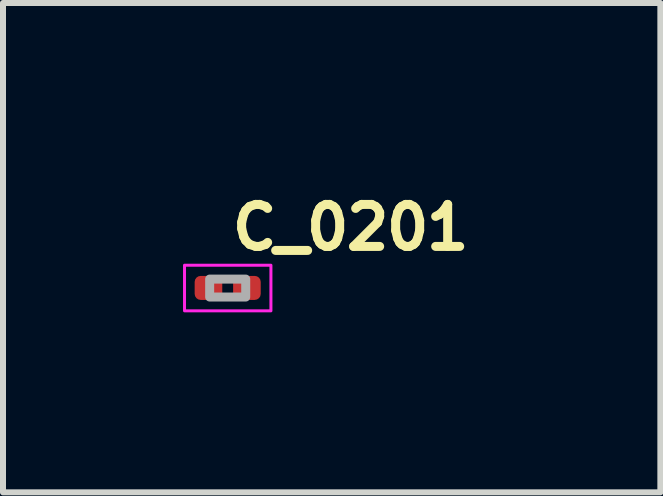
<source format=kicad_pcb>
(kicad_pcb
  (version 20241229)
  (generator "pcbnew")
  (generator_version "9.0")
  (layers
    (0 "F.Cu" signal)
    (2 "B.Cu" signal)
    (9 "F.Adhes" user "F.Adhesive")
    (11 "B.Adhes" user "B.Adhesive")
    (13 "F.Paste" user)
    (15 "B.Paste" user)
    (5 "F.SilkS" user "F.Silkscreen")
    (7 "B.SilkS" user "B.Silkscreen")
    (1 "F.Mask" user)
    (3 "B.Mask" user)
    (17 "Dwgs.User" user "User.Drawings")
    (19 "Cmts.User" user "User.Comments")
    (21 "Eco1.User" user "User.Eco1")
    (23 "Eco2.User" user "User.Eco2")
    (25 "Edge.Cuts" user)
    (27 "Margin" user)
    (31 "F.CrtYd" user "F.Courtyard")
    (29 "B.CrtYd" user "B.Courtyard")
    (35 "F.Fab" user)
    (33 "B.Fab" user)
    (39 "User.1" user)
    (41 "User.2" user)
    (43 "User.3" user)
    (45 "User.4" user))
  (footprint "C_0201"
    (layer "F.Cu")
    (at 0.745 1.75)
    (property "Reference" "C_0201" (at 0 -0.6 0) (layer "F.SilkS") (effects (font (size 0.7 0.7) (thickness 0.15)) (justify left bottom)))
    (attr smd)
    (fp_rect (start -0.72 -0.38) (end 0.72 0.38) (stroke (width 0.05) (type solid)) (fill no) (layer "F.CrtYd"))
    (fp_rect (start 0.3 0.15) (end -0.301 -0.149) (stroke (width 0.15) (type solid)) (fill no) (layer "F.Fab"))
    (fp_rect (start -0.301 -0.166) (end 0.3 0.165) (stroke (width 0.1) (type solid)) (fill no) (layer "User.5"))
    (fp_line (start -0.301 -0.158) (end -0.301 -0.157) (stroke (width 0.02) (type solid)) (layer "User.9"))
    (fp_line (start -0.301 -0.157) (end -0.301 -0.156) (stroke (width 0.02) (type solid)) (layer "User.9"))
    (fp_line (start -0.301 -0.156) (end -0.301 -0.156) (stroke (width 0.02) (type solid)) (layer "User.9"))
    (fp_line (start -0.301 -0.156) (end -0.301 -0.154) (stroke (width 0.02) (type solid)) (layer "User.9"))
    (fp_line (start -0.301 -0.154) (end -0.301 -0.153) (stroke (width 0.02) (type solid)) (layer "User.9"))
    (fp_line (start -0.301 -0.153) (end -0.301 -0.153) (stroke (width 0.02) (type solid)) (layer "User.9"))
    (fp_line (start -0.301 -0.153) (end -0.301 -0.152) (stroke (width 0.02) (type solid)) (layer "User.9"))
    (fp_line (start -0.301 -0.152) (end -0.301 -0.151) (stroke (width 0.02) (type solid)) (layer "User.9"))
    (fp_line (start -0.301 -0.151) (end -0.301 -0.15) (stroke (width 0.02) (type solid)) (layer "User.9"))
    (fp_line (start -0.301 -0.15) (end -0.301 -0.149) (stroke (width 0.02) (type solid)) (layer "User.9"))
    (fp_line (start -0.301 -0.149) (end -0.301 -0.149) (stroke (width 0.02) (type solid)) (layer "User.9"))
    (fp_line (start -0.301 -0.149) (end -0.301 -0.149) (stroke (width 0.02) (type solid)) (layer "User.9"))
    (fp_line (start -0.301 -0.149) (end -0.301 -0.148) (stroke (width 0.02) (type solid)) (layer "User.9"))
    (fp_line (start -0.301 -0.148) (end -0.301 -0.147) (stroke (width 0.02) (type solid)) (layer "User.9"))
    (fp_line (start -0.301 -0.147) (end -0.301 -0.146) (stroke (width 0.02) (type solid)) (layer "User.9"))
    (fp_line (start -0.301 -0.146) (end -0.301 -0.146) (stroke (width 0.02) (type solid)) (layer "User.9"))
    (fp_line (start -0.301 -0.146) (end -0.301 -0.145) (stroke (width 0.02) (type solid)) (layer "User.9"))
    (fp_line (start -0.301 -0.145) (end -0.301 -0.144) (stroke (width 0.02) (type solid)) (layer "User.9"))
    (fp_line (start -0.301 -0.144) (end -0.301 -0.144) (stroke (width 0.02) (type solid)) (layer "User.9"))
    (fp_line (start -0.301 -0.144) (end -0.301 -0.143) (stroke (width 0.02) (type solid)) (layer "User.9"))
    (fp_line (start -0.301 -0.143) (end -0.301 -0.142) (stroke (width 0.02) (type solid)) (layer "User.9"))
    (fp_line (start -0.301 -0.142) (end -0.297 -0.142) (stroke (width 0.02) (type solid)) (layer "User.9"))
    (fp_line (start -0.301 0.143) (end -0.301 0.144) (stroke (width 0.02) (type solid)) (layer "User.9"))
    (fp_line (start -0.301 0.144) (end -0.301 0.144) (stroke (width 0.02) (type solid)) (layer "User.9"))
    (fp_line (start -0.301 0.144) (end -0.301 0.144) (stroke (width 0.02) (type solid)) (layer "User.9"))
    (fp_line (start -0.301 0.144) (end -0.301 0.146) (stroke (width 0.02) (type solid)) (layer "User.9"))
    (fp_line (start -0.301 0.146) (end -0.301 0.147) (stroke (width 0.02) (type solid)) (layer "User.9"))
    (fp_line (start -0.301 0.147) (end -0.301 0.147) (stroke (width 0.02) (type solid)) (layer "User.9"))
    (fp_line (start -0.301 0.147) (end -0.301 0.147) (stroke (width 0.02) (type solid)) (layer "User.9"))
    (fp_line (start -0.301 0.147) (end -0.301 0.148) (stroke (width 0.02) (type solid)) (layer "User.9"))
    (fp_line (start -0.301 0.148) (end -0.301 0.15) (stroke (width 0.02) (type solid)) (layer "User.9"))
    (fp_line (start -0.301 0.15) (end -0.301 -0.149) (stroke (width 0.02) (type solid)) (layer "User.9"))
    (fp_line (start -0.301 0.15) (end -0.301 0.15) (stroke (width 0.02) (type solid)) (layer "User.9"))
    (fp_line (start -0.301 0.15) (end -0.301 0.15) (stroke (width 0.02) (type solid)) (layer "User.9"))
    (fp_line (start -0.301 0.15) (end -0.301 0.151) (stroke (width 0.02) (type solid)) (layer "User.9"))
    (fp_line (start -0.301 0.151) (end -0.301 0.151) (stroke (width 0.02) (type solid)) (layer "User.9"))
    (fp_line (start -0.301 0.151) (end -0.301 0.151) (stroke (width 0.02) (type solid)) (layer "User.9"))
    (fp_line (start -0.301 0.151) (end -0.301 0.153) (stroke (width 0.02) (type solid)) (layer "User.9"))
    (fp_line (start -0.301 0.153) (end -0.301 0.153) (stroke (width 0.02) (type solid)) (layer "User.9"))
    (fp_line (start -0.301 0.153) (end -0.301 0.154) (stroke (width 0.02) (type solid)) (layer "User.9"))
    (fp_line (start -0.301 0.154) (end -0.301 0.155) (stroke (width 0.02) (type solid)) (layer "User.9"))
    (fp_line (start -0.301 0.155) (end -0.301 0.155) (stroke (width 0.02) (type solid)) (layer "User.9"))
    (fp_line (start -0.301 0.155) (end -0.301 0.155) (stroke (width 0.02) (type solid)) (layer "User.9"))
    (fp_line (start -0.301 0.155) (end -0.301 0.157) (stroke (width 0.02) (type solid)) (layer "User.9"))
    (fp_line (start -0.301 0.157) (end -0.297 0.157) (stroke (width 0.02) (type solid)) (layer "User.9"))
    (fp_line (start -0.297 -0.162) (end -0.297 -0.161) (stroke (width 0.02) (type solid)) (layer "User.9"))
    (fp_line (start -0.297 -0.161) (end -0.297 -0.161) (stroke (width 0.02) (type solid)) (layer "User.9"))
    (fp_line (start -0.297 -0.161) (end -0.297 -0.16) (stroke (width 0.02) (type solid)) (layer "User.9"))
    (fp_line (start -0.297 -0.16) (end -0.297 -0.159) (stroke (width 0.02) (type solid)) (layer "User.9"))
    (fp_line (start -0.297 -0.159) (end -0.297 -0.159) (stroke (width 0.02) (type solid)) (layer "User.9"))
    (fp_line (start -0.297 -0.159) (end -0.297 -0.158) (stroke (width 0.02) (type solid)) (layer "User.9"))
    (fp_line (start -0.297 -0.158) (end -0.301 -0.158) (stroke (width 0.02) (type solid)) (layer "User.9"))
    (fp_line (start -0.297 -0.142) (end -0.297 -0.141) (stroke (width 0.02) (type solid)) (layer "User.9"))
    (fp_line (start -0.297 -0.141) (end -0.297 -0.141) (stroke (width 0.02) (type solid)) (layer "User.9"))
    (fp_line (start -0.297 -0.141) (end -0.297 -0.14) (stroke (width 0.02) (type solid)) (layer "User.9"))
    (fp_line (start -0.297 -0.14) (end -0.297 -0.139) (stroke (width 0.02) (type solid)) (layer "User.9"))
    (fp_line (start -0.297 -0.139) (end -0.297 -0.139) (stroke (width 0.02) (type solid)) (layer "User.9"))
    (fp_line (start -0.297 -0.139) (end -0.297 -0.138) (stroke (width 0.02) (type solid)) (layer "User.9"))
    (fp_line (start -0.297 -0.138) (end -0.295 -0.138) (stroke (width 0.02) (type solid)) (layer "User.9"))
    (fp_line (start -0.297 0.138) (end -0.297 0.138) (stroke (width 0.02) (type solid)) (layer "User.9"))
    (fp_line (start -0.297 0.138) (end -0.297 0.138) (stroke (width 0.02) (type solid)) (layer "User.9"))
    (fp_line (start -0.297 0.138) (end -0.297 0.14) (stroke (width 0.02) (type solid)) (layer "User.9"))
    (fp_line (start -0.297 0.14) (end -0.297 0.142) (stroke (width 0.02) (type solid)) (layer "User.9"))
    (fp_line (start -0.297 0.142) (end -0.297 0.142) (stroke (width 0.02) (type solid)) (layer "User.9"))
    (fp_line (start -0.297 0.142) (end -0.297 0.143) (stroke (width 0.02) (type solid)) (layer "User.9"))
    (fp_line (start -0.297 0.143) (end -0.301 0.143) (stroke (width 0.02) (type solid)) (layer "User.9"))
    (fp_line (start -0.297 0.157) (end -0.297 0.158) (stroke (width 0.02) (type solid)) (layer "User.9"))
    (fp_line (start -0.297 0.158) (end -0.297 0.158) (stroke (width 0.02) (type solid)) (layer "User.9"))
    (fp_line (start -0.297 0.158) (end -0.297 0.159) (stroke (width 0.02) (type solid)) (layer "User.9"))
    (fp_line (start -0.297 0.159) (end -0.297 0.16) (stroke (width 0.02) (type solid)) (layer "User.9"))
    (fp_line (start -0.297 0.16) (end -0.297 0.16) (stroke (width 0.02) (type solid)) (layer "User.9"))
    (fp_line (start -0.297 0.16) (end -0.297 0.161) (stroke (width 0.02) (type solid)) (layer "User.9"))
    (fp_line (start -0.297 0.161) (end -0.295 0.161) (stroke (width 0.02) (type solid)) (layer "User.9"))
    (fp_line (start -0.295 -0.162) (end -0.297 -0.162) (stroke (width 0.02) (type solid)) (layer "User.9"))
    (fp_line (start -0.295 -0.138) (end -0.293 -0.137) (stroke (width 0.02) (type solid)) (layer "User.9"))
    (fp_line (start -0.295 0.138) (end -0.297 0.138) (stroke (width 0.02) (type solid)) (layer "User.9"))
    (fp_line (start -0.295 0.161) (end -0.293 0.162) (stroke (width 0.02) (type solid)) (layer "User.9"))
    (fp_line (start -0.293 -0.164) (end -0.293 -0.164) (stroke (width 0.02) (type solid)) (layer "User.9"))
    (fp_line (start -0.293 -0.164) (end -0.293 -0.163) (stroke (width 0.02) (type solid)) (layer "User.9"))
    (fp_line (start -0.293 -0.163) (end -0.295 -0.162) (stroke (width 0.02) (type solid)) (layer "User.9"))
    (fp_line (start -0.293 -0.163) (end -0.293 -0.163) (stroke (width 0.02) (type solid)) (layer "User.9"))
    (fp_line (start -0.293 -0.163) (end -0.293 -0.163) (stroke (width 0.02) (type solid)) (layer "User.9"))
    (fp_line (start -0.293 -0.137) (end -0.293 -0.137) (stroke (width 0.02) (type solid)) (layer "User.9"))
    (fp_line (start -0.293 -0.137) (end -0.293 -0.137) (stroke (width 0.02) (type solid)) (layer "User.9"))
    (fp_line (start -0.293 -0.137) (end -0.293 -0.136) (stroke (width 0.02) (type solid)) (layer "User.9"))
    (fp_line (start -0.293 -0.136) (end -0.293 -0.136) (stroke (width 0.02) (type solid)) (layer "User.9"))
    (fp_line (start -0.293 -0.136) (end -0.291 -0.136) (stroke (width 0.02) (type solid)) (layer "User.9"))
    (fp_line (start -0.293 0.135) (end -0.293 0.135) (stroke (width 0.02) (type solid)) (layer "User.9"))
    (fp_line (start -0.293 0.135) (end -0.293 0.137) (stroke (width 0.02) (type solid)) (layer "User.9"))
    (fp_line (start -0.293 0.137) (end -0.295 0.138) (stroke (width 0.02) (type solid)) (layer "User.9"))
    (fp_line (start -0.293 0.137) (end -0.293 0.137) (stroke (width 0.02) (type solid)) (layer "User.9"))
    (fp_line (start -0.293 0.137) (end -0.293 0.137) (stroke (width 0.02) (type solid)) (layer "User.9"))
    (fp_line (start -0.293 0.162) (end -0.293 0.162) (stroke (width 0.02) (type solid)) (layer "User.9"))
    (fp_line (start -0.293 0.162) (end -0.293 0.162) (stroke (width 0.02) (type solid)) (layer "User.9"))
    (fp_line (start -0.293 0.162) (end -0.293 0.163) (stroke (width 0.02) (type solid)) (layer "User.9"))
    (fp_line (start -0.293 0.163) (end -0.293 0.163) (stroke (width 0.02) (type solid)) (layer "User.9"))
    (fp_line (start -0.293 0.163) (end -0.291 0.163) (stroke (width 0.02) (type solid)) (layer "User.9"))
    (fp_line (start -0.291 -0.165) (end -0.291 -0.164) (stroke (width 0.02) (type solid)) (layer "User.9"))
    (fp_line (start -0.291 -0.164) (end -0.293 -0.164) (stroke (width 0.02) (type solid)) (layer "User.9"))
    (fp_line (start -0.291 -0.136) (end -0.291 -0.135) (stroke (width 0.02) (type solid)) (layer "User.9"))
    (fp_line (start -0.291 -0.135) (end -0.289 -0.135) (stroke (width 0.02) (type solid)) (layer "User.9"))
    (fp_line (start -0.291 0.135) (end -0.293 0.135) (stroke (width 0.02) (type solid)) (layer "User.9"))
    (fp_line (start -0.291 0.135) (end -0.291 0.135) (stroke (width 0.02) (type solid)) (layer "User.9"))
    (fp_line (start -0.291 0.163) (end -0.291 0.164) (stroke (width 0.02) (type solid)) (layer "User.9"))
    (fp_line (start -0.291 0.164) (end -0.289 0.164) (stroke (width 0.02) (type solid)) (layer "User.9"))
    (fp_line (start -0.289 -0.165) (end -0.291 -0.165) (stroke (width 0.02) (type solid)) (layer "User.9"))
    (fp_line (start -0.289 -0.165) (end -0.289 -0.165) (stroke (width 0.02) (type solid)) (layer "User.9"))
    (fp_line (start -0.289 -0.165) (end -0.289 -0.165) (stroke (width 0.02) (type solid)) (layer "User.9"))
    (fp_line (start -0.289 -0.165) (end -0.289 -0.165) (stroke (width 0.02) (type solid)) (layer "User.9"))
    (fp_line (start -0.289 -0.135) (end -0.289 -0.135) (stroke (width 0.02) (type solid)) (layer "User.9"))
    (fp_line (start -0.289 -0.135) (end -0.289 -0.135) (stroke (width 0.02) (type solid)) (layer "User.9"))
    (fp_line (start -0.289 -0.135) (end -0.289 -0.135) (stroke (width 0.02) (type solid)) (layer "User.9"))
    (fp_line (start -0.289 -0.135) (end -0.287 -0.135) (stroke (width 0.02) (type solid)) (layer "User.9"))
    (fp_line (start -0.289 0.135) (end -0.291 0.135) (stroke (width 0.02) (type solid)) (layer "User.9"))
    (fp_line (start -0.289 0.135) (end -0.289 0.135) (stroke (width 0.02) (type solid)) (layer "User.9"))
    (fp_line (start -0.289 0.135) (end -0.289 0.135) (stroke (width 0.02) (type solid)) (layer "User.9"))
    (fp_line (start -0.289 0.135) (end -0.289 0.135) (stroke (width 0.02) (type solid)) (layer "User.9"))
    (fp_line (start -0.289 0.164) (end -0.289 0.164) (stroke (width 0.02) (type solid)) (layer "User.9"))
    (fp_line (start -0.289 0.164) (end -0.289 0.164) (stroke (width 0.02) (type solid)) (layer "User.9"))
    (fp_line (start -0.289 0.164) (end -0.289 0.164) (stroke (width 0.02) (type solid)) (layer "User.9"))
    (fp_line (start -0.289 0.164) (end -0.287 0.164) (stroke (width 0.02) (type solid)) (layer "User.9"))
    (fp_line (start -0.287 -0.165) (end -0.289 -0.165) (stroke (width 0.02) (type solid)) (layer "User.9"))
    (fp_line (start -0.287 -0.135) (end -0.285 -0.135) (stroke (width 0.02) (type solid)) (layer "User.9"))
    (fp_line (start -0.287 0.135) (end -0.289 0.135) (stroke (width 0.02) (type solid)) (layer "User.9"))
    (fp_line (start -0.287 0.164) (end -0.285 0.164) (stroke (width 0.02) (type solid)) (layer "User.9"))
    (fp_line (start -0.285 -0.166) (end -0.285 -0.166) (stroke (width 0.02) (type solid)) (layer "User.9"))
    (fp_line (start -0.285 -0.166) (end -0.285 -0.165) (stroke (width 0.02) (type solid)) (layer "User.9"))
    (fp_line (start -0.285 -0.166) (end -0.152 -0.166) (stroke (width 0.02) (type solid)) (layer "User.9"))
    (fp_line (start -0.285 -0.165) (end -0.287 -0.165) (stroke (width 0.02) (type solid)) (layer "User.9"))
    (fp_line (start -0.285 -0.165) (end -0.285 -0.166) (stroke (width 0.02) (type solid)) (layer "User.9"))
    (fp_line (start -0.285 -0.165) (end -0.285 -0.165) (stroke (width 0.02) (type solid)) (layer "User.9"))
    (fp_line (start -0.285 -0.135) (end -0.285 -0.135) (stroke (width 0.02) (type solid)) (layer "User.9"))
    (fp_line (start -0.285 -0.135) (end -0.285 -0.135) (stroke (width 0.02) (type solid)) (layer "User.9"))
    (fp_line (start -0.285 -0.135) (end -0.285 -0.135) (stroke (width 0.02) (type solid)) (layer "User.9"))
    (fp_line (start -0.285 -0.135) (end -0.285 -0.135) (stroke (width 0.02) (type solid)) (layer "User.9"))
    (fp_line (start -0.285 -0.135) (end -0.283 -0.135) (stroke (width 0.02) (type solid)) (layer "User.9"))
    (fp_line (start -0.285 0.135) (end -0.287 0.135) (stroke (width 0.02) (type solid)) (layer "User.9"))
    (fp_line (start -0.285 0.135) (end -0.285 0.135) (stroke (width 0.02) (type solid)) (layer "User.9"))
    (fp_line (start -0.285 0.135) (end -0.285 0.135) (stroke (width 0.02) (type solid)) (layer "User.9"))
    (fp_line (start -0.285 0.135) (end -0.285 0.135) (stroke (width 0.02) (type solid)) (layer "User.9"))
    (fp_line (start -0.285 0.135) (end -0.285 0.135) (stroke (width 0.02) (type solid)) (layer "User.9"))
    (fp_line (start -0.285 0.164) (end -0.285 0.164) (stroke (width 0.02) (type solid)) (layer "User.9"))
    (fp_line (start -0.285 0.164) (end -0.285 0.165) (stroke (width 0.02) (type solid)) (layer "User.9"))
    (fp_line (start -0.285 0.164) (end -0.283 0.164) (stroke (width 0.02) (type solid)) (layer "User.9"))
    (fp_line (start -0.285 0.165) (end -0.285 0.164) (stroke (width 0.02) (type solid)) (layer "User.9"))
    (fp_line (start -0.285 0.165) (end -0.285 0.165) (stroke (width 0.02) (type solid)) (layer "User.9"))
    (fp_line (start -0.283 -0.165) (end -0.285 -0.165) (stroke (width 0.02) (type solid)) (layer "User.9"))
    (fp_line (start -0.283 -0.135) (end -0.281 -0.135) (stroke (width 0.02) (type solid)) (layer "User.9"))
    (fp_line (start -0.283 0.135) (end -0.285 0.135) (stroke (width 0.02) (type solid)) (layer "User.9"))
    (fp_line (start -0.283 0.164) (end -0.281 0.164) (stroke (width 0.02) (type solid)) (layer "User.9"))
    (fp_line (start -0.281 -0.165) (end -0.283 -0.165) (stroke (width 0.02) (type solid)) (layer "User.9"))
    (fp_line (start -0.281 -0.165) (end -0.281 -0.165) (stroke (width 0.02) (type solid)) (layer "User.9"))
    (fp_line (start -0.281 -0.165) (end -0.281 -0.165) (stroke (width 0.02) (type solid)) (layer "User.9"))
    (fp_line (start -0.281 -0.165) (end -0.281 -0.165) (stroke (width 0.02) (type solid)) (layer "User.9"))
    (fp_line (start -0.281 -0.164) (end -0.281 -0.165) (stroke (width 0.02) (type solid)) (layer "User.9"))
    (fp_line (start -0.281 -0.136) (end -0.279 -0.136) (stroke (width 0.02) (type solid)) (layer "User.9"))
    (fp_line (start -0.281 -0.135) (end -0.281 -0.136) (stroke (width 0.02) (type solid)) (layer "User.9"))
    (fp_line (start -0.281 -0.135) (end -0.281 -0.135) (stroke (width 0.02) (type solid)) (layer "User.9"))
    (fp_line (start -0.281 -0.135) (end -0.281 -0.135) (stroke (width 0.02) (type solid)) (layer "User.9"))
    (fp_line (start -0.281 -0.135) (end -0.281 -0.135) (stroke (width 0.02) (type solid)) (layer "User.9"))
    (fp_line (start -0.281 0.135) (end -0.283 0.135) (stroke (width 0.02) (type solid)) (layer "User.9"))
    (fp_line (start -0.281 0.135) (end -0.281 0.135) (stroke (width 0.02) (type solid)) (layer "User.9"))
    (fp_line (start -0.281 0.135) (end -0.281 0.135) (stroke (width 0.02) (type solid)) (layer "User.9"))
    (fp_line (start -0.281 0.135) (end -0.281 0.135) (stroke (width 0.02) (type solid)) (layer "User.9"))
    (fp_line (start -0.281 0.135) (end -0.281 0.135) (stroke (width 0.02) (type solid)) (layer "User.9"))
    (fp_line (start -0.281 0.163) (end -0.279 0.163) (stroke (width 0.02) (type solid)) (layer "User.9"))
    (fp_line (start -0.281 0.164) (end -0.281 0.163) (stroke (width 0.02) (type solid)) (layer "User.9"))
    (fp_line (start -0.281 0.164) (end -0.281 0.164) (stroke (width 0.02) (type solid)) (layer "User.9"))
    (fp_line (start -0.281 0.164) (end -0.281 0.164) (stroke (width 0.02) (type solid)) (layer "User.9"))
    (fp_line (start -0.281 0.164) (end -0.281 0.164) (stroke (width 0.02) (type solid)) (layer "User.9"))
    (fp_line (start -0.279 -0.164) (end -0.281 -0.164) (stroke (width 0.02) (type solid)) (layer "User.9"))
    (fp_line (start -0.279 -0.136) (end -0.277 -0.136) (stroke (width 0.02) (type solid)) (layer "User.9"))
    (fp_line (start -0.279 0.135) (end -0.281 0.135) (stroke (width 0.02) (type solid)) (layer "User.9"))
    (fp_line (start -0.279 0.163) (end -0.277 0.163) (stroke (width 0.02) (type solid)) (layer "User.9"))
    (fp_line (start -0.277 -0.164) (end -0.279 -0.164) (stroke (width 0.02) (type solid)) (layer "User.9"))
    (fp_line (start -0.277 -0.163) (end -0.277 -0.164) (stroke (width 0.02) (type solid)) (layer "User.9"))
    (fp_line (start -0.277 -0.163) (end -0.277 -0.163) (stroke (width 0.02) (type solid)) (layer "User.9"))
    (fp_line (start -0.277 -0.163) (end -0.277 -0.163) (stroke (width 0.02) (type solid)) (layer "User.9"))
    (fp_line (start -0.277 -0.162) (end -0.277 -0.163) (stroke (width 0.02) (type solid)) (layer "User.9"))
    (fp_line (start -0.277 -0.162) (end -0.277 -0.162) (stroke (width 0.02) (type solid)) (layer "User.9"))
    (fp_line (start -0.277 -0.161) (end -0.277 -0.162) (stroke (width 0.02) (type solid)) (layer "User.9"))
    (fp_line (start -0.277 -0.139) (end -0.275 -0.139) (stroke (width 0.02) (type solid)) (layer "User.9"))
    (fp_line (start -0.277 -0.138) (end -0.277 -0.139) (stroke (width 0.02) (type solid)) (layer "User.9"))
    (fp_line (start -0.277 -0.138) (end -0.277 -0.138) (stroke (width 0.02) (type solid)) (layer "User.9"))
    (fp_line (start -0.277 -0.137) (end -0.277 -0.138) (stroke (width 0.02) (type solid)) (layer "User.9"))
    (fp_line (start -0.277 -0.137) (end -0.277 -0.137) (stroke (width 0.02) (type solid)) (layer "User.9"))
    (fp_line (start -0.277 -0.137) (end -0.277 -0.137) (stroke (width 0.02) (type solid)) (layer "User.9"))
    (fp_line (start -0.277 -0.136) (end -0.277 -0.137) (stroke (width 0.02) (type solid)) (layer "User.9"))
    (fp_line (start -0.277 0.135) (end -0.279 0.135) (stroke (width 0.02) (type solid)) (layer "User.9"))
    (fp_line (start -0.277 0.137) (end -0.277 0.135) (stroke (width 0.02) (type solid)) (layer "User.9"))
    (fp_line (start -0.277 0.137) (end -0.277 0.137) (stroke (width 0.02) (type solid)) (layer "User.9"))
    (fp_line (start -0.277 0.137) (end -0.277 0.137) (stroke (width 0.02) (type solid)) (layer "User.9"))
    (fp_line (start -0.277 0.138) (end -0.277 0.137) (stroke (width 0.02) (type solid)) (layer "User.9"))
    (fp_line (start -0.277 0.138) (end -0.277 0.138) (stroke (width 0.02) (type solid)) (layer "User.9"))
    (fp_line (start -0.277 0.138) (end -0.277 0.138) (stroke (width 0.02) (type solid)) (layer "User.9"))
    (fp_line (start -0.277 0.16) (end -0.275 0.16) (stroke (width 0.02) (type solid)) (layer "User.9"))
    (fp_line (start -0.277 0.161) (end -0.277 0.16) (stroke (width 0.02) (type solid)) (layer "User.9"))
    (fp_line (start -0.277 0.161) (end -0.277 0.161) (stroke (width 0.02) (type solid)) (layer "User.9"))
    (fp_line (start -0.277 0.162) (end -0.277 0.161) (stroke (width 0.02) (type solid)) (layer "User.9"))
    (fp_line (start -0.277 0.162) (end -0.277 0.162) (stroke (width 0.02) (type solid)) (layer "User.9"))
    (fp_line (start -0.277 0.162) (end -0.277 0.162) (stroke (width 0.02) (type solid)) (layer "User.9"))
    (fp_line (start -0.277 0.163) (end -0.277 0.162) (stroke (width 0.02) (type solid)) (layer "User.9"))
    (fp_line (start -0.275 -0.161) (end -0.277 -0.161) (stroke (width 0.02) (type solid)) (layer "User.9"))
    (fp_line (start -0.275 -0.16) (end -0.275 -0.161) (stroke (width 0.02) (type solid)) (layer "User.9"))
    (fp_line (start -0.275 -0.14) (end -0.273 -0.141) (stroke (width 0.02) (type solid)) (layer "User.9"))
    (fp_line (start -0.275 -0.139) (end -0.275 -0.14) (stroke (width 0.02) (type solid)) (layer "User.9"))
    (fp_line (start -0.275 0.138) (end -0.277 0.138) (stroke (width 0.02) (type solid)) (layer "User.9"))
    (fp_line (start -0.275 0.14) (end -0.275 0.138) (stroke (width 0.02) (type solid)) (layer "User.9"))
    (fp_line (start -0.275 0.159) (end -0.273 0.158) (stroke (width 0.02) (type solid)) (layer "User.9"))
    (fp_line (start -0.275 0.16) (end -0.275 0.159) (stroke (width 0.02) (type solid)) (layer "User.9"))
    (fp_line (start -0.273 -0.159) (end -0.275 -0.16) (stroke (width 0.02) (type solid)) (layer "User.9"))
    (fp_line (start -0.273 -0.159) (end -0.273 -0.159) (stroke (width 0.02) (type solid)) (layer "User.9"))
    (fp_line (start -0.273 -0.158) (end -0.273 -0.159) (stroke (width 0.02) (type solid)) (layer "User.9"))
    (fp_line (start -0.273 -0.158) (end -0.273 -0.158) (stroke (width 0.02) (type solid)) (layer "User.9"))
    (fp_line (start -0.273 -0.157) (end -0.273 -0.158) (stroke (width 0.02) (type solid)) (layer "User.9"))
    (fp_line (start -0.273 -0.156) (end -0.273 -0.157) (stroke (width 0.02) (type solid)) (layer "User.9"))
    (fp_line (start -0.273 -0.156) (end -0.273 -0.156) (stroke (width 0.02) (type solid)) (layer "User.9"))
    (fp_line (start -0.273 -0.154) (end -0.273 -0.156) (stroke (width 0.02) (type solid)) (layer "User.9"))
    (fp_line (start -0.273 -0.153) (end -0.273 -0.154) (stroke (width 0.02) (type solid)) (layer "User.9"))
    (fp_line (start -0.273 -0.153) (end -0.273 -0.153) (stroke (width 0.02) (type solid)) (layer "User.9"))
    (fp_line (start -0.273 -0.152) (end -0.273 -0.153) (stroke (width 0.02) (type solid)) (layer "User.9"))
    (fp_line (start -0.273 -0.151) (end -0.273 -0.152) (stroke (width 0.02) (type solid)) (layer "User.9"))
    (fp_line (start -0.273 -0.15) (end -0.273 -0.151) (stroke (width 0.02) (type solid)) (layer "User.9"))
    (fp_line (start -0.273 -0.149) (end -0.273 -0.15) (stroke (width 0.02) (type solid)) (layer "User.9"))
    (fp_line (start -0.273 -0.149) (end -0.273 -0.149) (stroke (width 0.02) (type solid)) (layer "User.9"))
    (fp_line (start -0.273 -0.149) (end -0.273 -0.149) (stroke (width 0.02) (type solid)) (layer "User.9"))
    (fp_line (start -0.273 -0.149) (end -0.273 -0.149) (stroke (width 0.02) (type solid)) (layer "User.9"))
    (fp_line (start -0.273 -0.148) (end -0.273 -0.149) (stroke (width 0.02) (type solid)) (layer "User.9"))
    (fp_line (start -0.273 -0.147) (end -0.273 -0.148) (stroke (width 0.02) (type solid)) (layer "User.9"))
    (fp_line (start -0.273 -0.146) (end -0.273 -0.147) (stroke (width 0.02) (type solid)) (layer "User.9"))
    (fp_line (start -0.273 -0.146) (end -0.273 -0.146) (stroke (width 0.02) (type solid)) (layer "User.9"))
    (fp_line (start -0.273 -0.145) (end -0.273 -0.146) (stroke (width 0.02) (type solid)) (layer "User.9"))
    (fp_line (start -0.273 -0.144) (end -0.273 -0.145) (stroke (width 0.02) (type solid)) (layer "User.9"))
    (fp_line (start -0.273 -0.144) (end -0.273 -0.144) (stroke (width 0.02) (type solid)) (layer "User.9"))
    (fp_line (start -0.273 -0.143) (end -0.273 -0.144) (stroke (width 0.02) (type solid)) (layer "User.9"))
    (fp_line (start -0.273 -0.142) (end -0.273 -0.143) (stroke (width 0.02) (type solid)) (layer "User.9"))
    (fp_line (start -0.273 -0.142) (end -0.273 -0.142) (stroke (width 0.02) (type solid)) (layer "User.9"))
    (fp_line (start -0.273 -0.141) (end -0.273 -0.142) (stroke (width 0.02) (type solid)) (layer "User.9"))
    (fp_line (start -0.273 -0.141) (end -0.273 -0.141) (stroke (width 0.02) (type solid)) (layer "User.9"))
    (fp_line (start -0.273 0.142) (end -0.275 0.14) (stroke (width 0.02) (type solid)) (layer "User.9"))
    (fp_line (start -0.273 0.142) (end -0.273 0.142) (stroke (width 0.02) (type solid)) (layer "User.9"))
    (fp_line (start -0.273 0.143) (end -0.273 0.142) (stroke (width 0.02) (type solid)) (layer "User.9"))
    (fp_line (start -0.273 0.143) (end -0.273 0.143) (stroke (width 0.02) (type solid)) (layer "User.9"))
    (fp_line (start -0.273 0.144) (end -0.273 0.143) (stroke (width 0.02) (type solid)) (layer "User.9"))
    (fp_line (start -0.273 0.144) (end -0.273 0.144) (stroke (width 0.02) (type solid)) (layer "User.9"))
    (fp_line (start -0.273 0.144) (end -0.273 0.144) (stroke (width 0.02) (type solid)) (layer "User.9"))
    (fp_line (start -0.273 0.146) (end -0.273 0.144) (stroke (width 0.02) (type solid)) (layer "User.9"))
    (fp_line (start -0.273 0.147) (end -0.273 0.146) (stroke (width 0.02) (type solid)) (layer "User.9"))
    (fp_line (start -0.273 0.147) (end -0.273 0.147) (stroke (width 0.02) (type solid)) (layer "User.9"))
    (fp_line (start -0.273 0.147) (end -0.273 0.147) (stroke (width 0.02) (type solid)) (layer "User.9"))
    (fp_line (start -0.273 0.148) (end -0.273 0.147) (stroke (width 0.02) (type solid)) (layer "User.9"))
    (fp_line (start -0.273 0.15) (end -0.273 0.148) (stroke (width 0.02) (type solid)) (layer "User.9"))
    (fp_line (start -0.273 0.15) (end -0.273 0.15) (stroke (width 0.02) (type solid)) (layer "User.9"))
    (fp_line (start -0.273 0.15) (end -0.273 0.15) (stroke (width 0.02) (type solid)) (layer "User.9"))
    (fp_line (start -0.273 0.15) (end -0.273 0.15) (stroke (width 0.02) (type solid)) (layer "User.9"))
    (fp_line (start -0.273 0.151) (end -0.273 0.15) (stroke (width 0.02) (type solid)) (layer "User.9"))
    (fp_line (start -0.273 0.151) (end -0.273 0.151) (stroke (width 0.02) (type solid)) (layer "User.9"))
    (fp_line (start -0.273 0.151) (end -0.273 0.151) (stroke (width 0.02) (type solid)) (layer "User.9"))
    (fp_line (start -0.273 0.153) (end -0.273 0.151) (stroke (width 0.02) (type solid)) (layer "User.9"))
    (fp_line (start -0.273 0.153) (end -0.273 0.153) (stroke (width 0.02) (type solid)) (layer "User.9"))
    (fp_line (start -0.273 0.154) (end -0.273 0.153) (stroke (width 0.02) (type solid)) (layer "User.9"))
    (fp_line (start -0.273 0.155) (end -0.273 0.154) (stroke (width 0.02) (type solid)) (layer "User.9"))
    (fp_line (start -0.273 0.155) (end -0.273 0.155) (stroke (width 0.02) (type solid)) (layer "User.9"))
    (fp_line (start -0.273 0.155) (end -0.273 0.155) (stroke (width 0.02) (type solid)) (layer "User.9"))
    (fp_line (start -0.273 0.157) (end -0.273 0.155) (stroke (width 0.02) (type solid)) (layer "User.9"))
    (fp_line (start -0.273 0.157) (end -0.273 0.157) (stroke (width 0.02) (type solid)) (layer "User.9"))
    (fp_line (start -0.273 0.158) (end -0.273 0.157) (stroke (width 0.02) (type solid)) (layer "User.9"))
    (fp_line (start -0.273 0.158) (end -0.273 0.158) (stroke (width 0.02) (type solid)) (layer "User.9"))
    (fp_line (start -0.152 -0.166) (end -0.152 -0.149) (stroke (width 0.02) (type solid)) (layer "User.9"))
    (fp_line (start -0.152 -0.149) (end -0.152 0.15) (stroke (width 0.02) (type solid)) (layer "User.9"))
    (fp_line (start -0.152 0.15) (end -0.152 0.165) (stroke (width 0.02) (type solid)) (layer "User.9"))
    (fp_line (start -0.152 0.165) (end -0.285 0.165) (stroke (width 0.02) (type solid)) (layer "User.9"))
    (fp_line (start 0.151 -0.166) (end 0.151 -0.149) (stroke (width 0.02) (type solid)) (layer "User.9"))
    (fp_line (start 0.151 -0.158) (end -0.152 -0.158) (stroke (width 0.02) (type solid)) (layer "User.9"))
    (fp_line (start 0.151 -0.149) (end 0.151 0.15) (stroke (width 0.02) (type solid)) (layer "User.9"))
    (fp_line (start 0.151 0.15) (end 0.151 0.165) (stroke (width 0.02) (type solid)) (layer "User.9"))
    (fp_line (start 0.151 0.157) (end -0.152 0.157) (stroke (width 0.02) (type solid)) (layer "User.9"))
    (fp_line (start 0.151 0.165) (end 0.284 0.165) (stroke (width 0.02) (type solid)) (layer "User.9"))
    (fp_line (start 0.27 -0.158) (end 0.27 -0.157) (stroke (width 0.02) (type solid)) (layer "User.9"))
    (fp_line (start 0.27 -0.157) (end 0.27 -0.156) (stroke (width 0.02) (type solid)) (layer "User.9"))
    (fp_line (start 0.27 -0.156) (end 0.27 -0.156) (stroke (width 0.02) (type solid)) (layer "User.9"))
    (fp_line (start 0.27 -0.156) (end 0.27 -0.154) (stroke (width 0.02) (type solid)) (layer "User.9"))
    (fp_line (start 0.27 -0.154) (end 0.27 -0.153) (stroke (width 0.02) (type solid)) (layer "User.9"))
    (fp_line (start 0.27 -0.153) (end 0.27 -0.153) (stroke (width 0.02) (type solid)) (layer "User.9"))
    (fp_line (start 0.27 -0.153) (end 0.27 -0.152) (stroke (width 0.02) (type solid)) (layer "User.9"))
    (fp_line (start 0.27 -0.152) (end 0.27 -0.151) (stroke (width 0.02) (type solid)) (layer "User.9"))
    (fp_line (start 0.27 -0.151) (end 0.27 -0.15) (stroke (width 0.02) (type solid)) (layer "User.9"))
    (fp_line (start 0.27 -0.15) (end 0.27 -0.149) (stroke (width 0.02) (type solid)) (layer "User.9"))
    (fp_line (start 0.27 -0.149) (end 0.27 -0.149) (stroke (width 0.02) (type solid)) (layer "User.9"))
    (fp_line (start 0.27 -0.149) (end 0.27 -0.149) (stroke (width 0.02) (type solid)) (layer "User.9"))
    (fp_line (start 0.27 -0.149) (end 0.27 -0.148) (stroke (width 0.02) (type solid)) (layer "User.9"))
    (fp_line (start 0.27 -0.148) (end 0.27 -0.147) (stroke (width 0.02) (type solid)) (layer "User.9"))
    (fp_line (start 0.27 -0.147) (end 0.27 -0.146) (stroke (width 0.02) (type solid)) (layer "User.9"))
    (fp_line (start 0.27 -0.146) (end 0.27 -0.146) (stroke (width 0.02) (type solid)) (layer "User.9"))
    (fp_line (start 0.27 -0.146) (end 0.27 -0.145) (stroke (width 0.02) (type solid)) (layer "User.9"))
    (fp_line (start 0.27 -0.145) (end 0.27 -0.144) (stroke (width 0.02) (type solid)) (layer "User.9"))
    (fp_line (start 0.27 -0.144) (end 0.27 -0.144) (stroke (width 0.02) (type solid)) (layer "User.9"))
    (fp_line (start 0.27 -0.144) (end 0.27 -0.143) (stroke (width 0.02) (type solid)) (layer "User.9"))
    (fp_line (start 0.27 -0.143) (end 0.27 -0.142) (stroke (width 0.02) (type solid)) (layer "User.9"))
    (fp_line (start 0.27 -0.142) (end 0.272 -0.142) (stroke (width 0.02) (type solid)) (layer "User.9"))
    (fp_line (start 0.27 0.143) (end 0.27 0.144) (stroke (width 0.02) (type solid)) (layer "User.9"))
    (fp_line (start 0.27 0.144) (end 0.27 0.144) (stroke (width 0.02) (type solid)) (layer "User.9"))
    (fp_line (start 0.27 0.144) (end 0.27 0.144) (stroke (width 0.02) (type solid)) (layer "User.9"))
    (fp_line (start 0.27 0.144) (end 0.27 0.146) (stroke (width 0.02) (type solid)) (layer "User.9"))
    (fp_line (start 0.27 0.146) (end 0.27 0.147) (stroke (width 0.02) (type solid)) (layer "User.9"))
    (fp_line (start 0.27 0.147) (end 0.27 0.147) (stroke (width 0.02) (type solid)) (layer "User.9"))
    (fp_line (start 0.27 0.147) (end 0.27 0.147) (stroke (width 0.02) (type solid)) (layer "User.9"))
    (fp_line (start 0.27 0.147) (end 0.27 0.148) (stroke (width 0.02) (type solid)) (layer "User.9"))
    (fp_line (start 0.27 0.148) (end 0.27 0.15) (stroke (width 0.02) (type solid)) (layer "User.9"))
    (fp_line (start 0.27 0.15) (end 0.27 0.15) (stroke (width 0.02) (type solid)) (layer "User.9"))
    (fp_line (start 0.27 0.15) (end 0.27 0.15) (stroke (width 0.02) (type solid)) (layer "User.9"))
    (fp_line (start 0.27 0.15) (end 0.27 0.151) (stroke (width 0.02) (type solid)) (layer "User.9"))
    (fp_line (start 0.27 0.151) (end 0.27 0.151) (stroke (width 0.02) (type solid)) (layer "User.9"))
    (fp_line (start 0.27 0.151) (end 0.27 0.151) (stroke (width 0.02) (type solid)) (layer "User.9"))
    (fp_line (start 0.27 0.151) (end 0.27 0.153) (stroke (width 0.02) (type solid)) (layer "User.9"))
    (fp_line (start 0.27 0.153) (end 0.27 0.153) (stroke (width 0.02) (type solid)) (layer "User.9"))
    (fp_line (start 0.27 0.153) (end 0.27 0.154) (stroke (width 0.02) (type solid)) (layer "User.9"))
    (fp_line (start 0.27 0.154) (end 0.27 0.155) (stroke (width 0.02) (type solid)) (layer "User.9"))
    (fp_line (start 0.27 0.155) (end 0.27 0.155) (stroke (width 0.02) (type solid)) (layer "User.9"))
    (fp_line (start 0.27 0.155) (end 0.27 0.155) (stroke (width 0.02) (type solid)) (layer "User.9"))
    (fp_line (start 0.27 0.155) (end 0.27 0.157) (stroke (width 0.02) (type solid)) (layer "User.9"))
    (fp_line (start 0.27 0.157) (end 0.272 0.157) (stroke (width 0.02) (type solid)) (layer "User.9"))
    (fp_line (start 0.272 -0.162) (end 0.272 -0.161) (stroke (width 0.02) (type solid)) (layer "User.9"))
    (fp_line (start 0.272 -0.161) (end 0.272 -0.161) (stroke (width 0.02) (type solid)) (layer "User.9"))
    (fp_line (start 0.272 -0.161) (end 0.272 -0.16) (stroke (width 0.02) (type solid)) (layer "User.9"))
    (fp_line (start 0.272 -0.16) (end 0.272 -0.159) (stroke (width 0.02) (type solid)) (layer "User.9"))
    (fp_line (start 0.272 -0.159) (end 0.272 -0.159) (stroke (width 0.02) (type solid)) (layer "User.9"))
    (fp_line (start 0.272 -0.159) (end 0.272 -0.158) (stroke (width 0.02) (type solid)) (layer "User.9"))
    (fp_line (start 0.272 -0.158) (end 0.27 -0.158) (stroke (width 0.02) (type solid)) (layer "User.9"))
    (fp_line (start 0.272 -0.142) (end 0.272 -0.141) (stroke (width 0.02) (type solid)) (layer "User.9"))
    (fp_line (start 0.272 -0.141) (end 0.272 -0.141) (stroke (width 0.02) (type solid)) (layer "User.9"))
    (fp_line (start 0.272 -0.141) (end 0.272 -0.14) (stroke (width 0.02) (type solid)) (layer "User.9"))
    (fp_line (start 0.272 -0.14) (end 0.272 -0.139) (stroke (width 0.02) (type solid)) (layer "User.9"))
    (fp_line (start 0.272 -0.139) (end 0.272 -0.139) (stroke (width 0.02) (type solid)) (layer "User.9"))
    (fp_line (start 0.272 -0.139) (end 0.272 -0.138) (stroke (width 0.02) (type solid)) (layer "User.9"))
    (fp_line (start 0.272 -0.138) (end 0.274 -0.138) (stroke (width 0.02) (type solid)) (layer "User.9"))
    (fp_line (start 0.272 0.138) (end 0.272 0.138) (stroke (width 0.02) (type solid)) (layer "User.9"))
    (fp_line (start 0.272 0.138) (end 0.272 0.138) (stroke (width 0.02) (type solid)) (layer "User.9"))
    (fp_line (start 0.272 0.138) (end 0.272 0.14) (stroke (width 0.02) (type solid)) (layer "User.9"))
    (fp_line (start 0.272 0.14) (end 0.272 0.142) (stroke (width 0.02) (type solid)) (layer "User.9"))
    (fp_line (start 0.272 0.142) (end 0.272 0.142) (stroke (width 0.02) (type solid)) (layer "User.9"))
    (fp_line (start 0.272 0.142) (end 0.272 0.143) (stroke (width 0.02) (type solid)) (layer "User.9"))
    (fp_line (start 0.272 0.143) (end 0.27 0.143) (stroke (width 0.02) (type solid)) (layer "User.9"))
    (fp_line (start 0.272 0.157) (end 0.272 0.158) (stroke (width 0.02) (type solid)) (layer "User.9"))
    (fp_line (start 0.272 0.158) (end 0.272 0.158) (stroke (width 0.02) (type solid)) (layer "User.9"))
    (fp_line (start 0.272 0.158) (end 0.272 0.159) (stroke (width 0.02) (type solid)) (layer "User.9"))
    (fp_line (start 0.272 0.159) (end 0.272 0.16) (stroke (width 0.02) (type solid)) (layer "User.9"))
    (fp_line (start 0.272 0.16) (end 0.272 0.16) (stroke (width 0.02) (type solid)) (layer "User.9"))
    (fp_line (start 0.272 0.16) (end 0.272 0.161) (stroke (width 0.02) (type solid)) (layer "User.9"))
    (fp_line (start 0.272 0.161) (end 0.274 0.161) (stroke (width 0.02) (type solid)) (layer "User.9"))
    (fp_line (start 0.274 -0.162) (end 0.272 -0.162) (stroke (width 0.02) (type solid)) (layer "User.9"))
    (fp_line (start 0.274 -0.138) (end 0.276 -0.137) (stroke (width 0.02) (type solid)) (layer "User.9"))
    (fp_line (start 0.274 0.138) (end 0.272 0.138) (stroke (width 0.02) (type solid)) (layer "User.9"))
    (fp_line (start 0.274 0.161) (end 0.276 0.162) (stroke (width 0.02) (type solid)) (layer "User.9"))
    (fp_line (start 0.276 -0.164) (end 0.276 -0.163) (stroke (width 0.02) (type solid)) (layer "User.9"))
    (fp_line (start 0.276 -0.163) (end 0.274 -0.162) (stroke (width 0.02) (type solid)) (layer "User.9"))
    (fp_line (start 0.276 -0.163) (end 0.276 -0.163) (stroke (width 0.02) (type solid)) (layer "User.9"))
    (fp_line (start 0.276 -0.163) (end 0.276 -0.163) (stroke (width 0.02) (type solid)) (layer "User.9"))
    (fp_line (start 0.276 -0.137) (end 0.276 -0.137) (stroke (width 0.02) (type solid)) (layer "User.9"))
    (fp_line (start 0.276 -0.137) (end 0.276 -0.137) (stroke (width 0.02) (type solid)) (layer "User.9"))
    (fp_line (start 0.276 -0.137) (end 0.276 -0.136) (stroke (width 0.02) (type solid)) (layer "User.9"))
    (fp_line (start 0.276 -0.136) (end 0.278 -0.136) (stroke (width 0.02) (type solid)) (layer "User.9"))
    (fp_line (start 0.276 0.135) (end 0.276 0.137) (stroke (width 0.02) (type solid)) (layer "User.9"))
    (fp_line (start 0.276 0.137) (end 0.274 0.138) (stroke (width 0.02) (type solid)) (layer "User.9"))
    (fp_line (start 0.276 0.137) (end 0.276 0.137) (stroke (width 0.02) (type solid)) (layer "User.9"))
    (fp_line (start 0.276 0.137) (end 0.276 0.137) (stroke (width 0.02) (type solid)) (layer "User.9"))
    (fp_line (start 0.276 0.162) (end 0.276 0.162) (stroke (width 0.02) (type solid)) (layer "User.9"))
    (fp_line (start 0.276 0.162) (end 0.276 0.162) (stroke (width 0.02) (type solid)) (layer "User.9"))
    (fp_line (start 0.276 0.162) (end 0.276 0.163) (stroke (width 0.02) (type solid)) (layer "User.9"))
    (fp_line (start 0.276 0.163) (end 0.278 0.163) (stroke (width 0.02) (type solid)) (layer "User.9"))
    (fp_line (start 0.278 -0.165) (end 0.278 -0.164) (stroke (width 0.02) (type solid)) (layer "User.9"))
    (fp_line (start 0.278 -0.164) (end 0.276 -0.164) (stroke (width 0.02) (type solid)) (layer "User.9"))
    (fp_line (start 0.278 -0.164) (end 0.278 -0.164) (stroke (width 0.02) (type solid)) (layer "User.9"))
    (fp_line (start 0.278 -0.136) (end 0.278 -0.136) (stroke (width 0.02) (type solid)) (layer "User.9"))
    (fp_line (start 0.278 -0.136) (end 0.278 -0.135) (stroke (width 0.02) (type solid)) (layer "User.9"))
    (fp_line (start 0.278 -0.135) (end 0.28 -0.135) (stroke (width 0.02) (type solid)) (layer "User.9"))
    (fp_line (start 0.278 0.135) (end 0.276 0.135) (stroke (width 0.02) (type solid)) (layer "User.9"))
    (fp_line (start 0.278 0.135) (end 0.278 0.135) (stroke (width 0.02) (type solid)) (layer "User.9"))
    (fp_line (start 0.278 0.135) (end 0.278 0.135) (stroke (width 0.02) (type solid)) (layer "User.9"))
    (fp_line (start 0.278 0.163) (end 0.278 0.163) (stroke (width 0.02) (type solid)) (layer "User.9"))
    (fp_line (start 0.278 0.163) (end 0.278 0.164) (stroke (width 0.02) (type solid)) (layer "User.9"))
    (fp_line (start 0.278 0.164) (end 0.28 0.164) (stroke (width 0.02) (type solid)) (layer "User.9"))
    (fp_line (start 0.28 -0.165) (end 0.278 -0.165) (stroke (width 0.02) (type solid)) (layer "User.9"))
    (fp_line (start 0.28 -0.135) (end 0.282 -0.135) (stroke (width 0.02) (type solid)) (layer "User.9"))
    (fp_line (start 0.28 0.135) (end 0.278 0.135) (stroke (width 0.02) (type solid)) (layer "User.9"))
    (fp_line (start 0.28 0.164) (end 0.282 0.164) (stroke (width 0.02) (type solid)) (layer "User.9"))
    (fp_line (start 0.282 -0.165) (end 0.28 -0.165) (stroke (width 0.02) (type solid)) (layer "User.9"))
    (fp_line (start 0.282 -0.165) (end 0.282 -0.165) (stroke (width 0.02) (type solid)) (layer "User.9"))
    (fp_line (start 0.282 -0.165) (end 0.282 -0.165) (stroke (width 0.02) (type solid)) (layer "User.9"))
    (fp_line (start 0.282 -0.165) (end 0.282 -0.165) (stroke (width 0.02) (type solid)) (layer "User.9"))
    (fp_line (start 0.282 -0.135) (end 0.282 -0.135) (stroke (width 0.02) (type solid)) (layer "User.9"))
    (fp_line (start 0.282 -0.135) (end 0.282 -0.135) (stroke (width 0.02) (type solid)) (layer "User.9"))
    (fp_line (start 0.282 -0.135) (end 0.282 -0.135) (stroke (width 0.02) (type solid)) (layer "User.9"))
    (fp_line (start 0.282 -0.135) (end 0.284 -0.135) (stroke (width 0.02) (type solid)) (layer "User.9"))
    (fp_line (start 0.282 0.135) (end 0.28 0.135) (stroke (width 0.02) (type solid)) (layer "User.9"))
    (fp_line (start 0.282 0.135) (end 0.282 0.135) (stroke (width 0.02) (type solid)) (layer "User.9"))
    (fp_line (start 0.282 0.135) (end 0.282 0.135) (stroke (width 0.02) (type solid)) (layer "User.9"))
    (fp_line (start 0.282 0.135) (end 0.282 0.135) (stroke (width 0.02) (type solid)) (layer "User.9"))
    (fp_line (start 0.282 0.164) (end 0.282 0.164) (stroke (width 0.02) (type solid)) (layer "User.9"))
    (fp_line (start 0.282 0.164) (end 0.282 0.164) (stroke (width 0.02) (type solid)) (layer "User.9"))
    (fp_line (start 0.282 0.164) (end 0.282 0.164) (stroke (width 0.02) (type solid)) (layer "User.9"))
    (fp_line (start 0.282 0.164) (end 0.284 0.164) (stroke (width 0.02) (type solid)) (layer "User.9"))
    (fp_line (start 0.284 -0.166) (end 0.151 -0.166) (stroke (width 0.02) (type solid)) (layer "User.9"))
    (fp_line (start 0.284 -0.166) (end 0.284 -0.166) (stroke (width 0.02) (type solid)) (layer "User.9"))
    (fp_line (start 0.284 -0.166) (end 0.284 -0.165) (stroke (width 0.02) (type solid)) (layer "User.9"))
    (fp_line (start 0.284 -0.165) (end 0.282 -0.165) (stroke (width 0.02) (type solid)) (layer "User.9"))
    (fp_line (start 0.284 -0.135) (end 0.284 -0.135) (stroke (width 0.02) (type solid)) (layer "User.9"))
    (fp_line (start 0.284 -0.135) (end 0.284 -0.135) (stroke (width 0.02) (type solid)) (layer "User.9"))
    (fp_line (start 0.284 -0.135) (end 0.286 -0.135) (stroke (width 0.02) (type solid)) (layer "User.9"))
    (fp_line (start 0.284 0.135) (end 0.282 0.135) (stroke (width 0.02) (type solid)) (layer "User.9"))
    (fp_line (start 0.284 0.135) (end 0.284 0.135) (stroke (width 0.02) (type solid)) (layer "User.9"))
    (fp_line (start 0.284 0.135) (end 0.284 0.135) (stroke (width 0.02) (type solid)) (layer "User.9"))
    (fp_line (start 0.284 0.164) (end 0.284 0.165) (stroke (width 0.02) (type solid)) (layer "User.9"))
    (fp_line (start 0.284 0.165) (end 0.284 0.165) (stroke (width 0.02) (type solid)) (layer "User.9"))
    (fp_line (start 0.284 0.165) (end 0.286 0.164) (stroke (width 0.02) (type solid)) (layer "User.9"))
    (fp_line (start 0.286 -0.165) (end 0.284 -0.166) (stroke (width 0.02) (type solid)) (layer "User.9"))
    (fp_line (start 0.286 -0.165) (end 0.286 -0.165) (stroke (width 0.02) (type solid)) (layer "User.9"))
    (fp_line (start 0.286 -0.165) (end 0.286 -0.165) (stroke (width 0.02) (type solid)) (layer "User.9"))
    (fp_line (start 0.286 -0.135) (end 0.286 -0.135) (stroke (width 0.02) (type solid)) (layer "User.9"))
    (fp_line (start 0.286 -0.135) (end 0.286 -0.135) (stroke (width 0.02) (type solid)) (layer "User.9"))
    (fp_line (start 0.286 -0.135) (end 0.288 -0.135) (stroke (width 0.02) (type solid)) (layer "User.9"))
    (fp_line (start 0.286 0.135) (end 0.284 0.135) (stroke (width 0.02) (type solid)) (layer "User.9"))
    (fp_line (start 0.286 0.135) (end 0.286 0.135) (stroke (width 0.02) (type solid)) (layer "User.9"))
    (fp_line (start 0.286 0.135) (end 0.286 0.135) (stroke (width 0.02) (type solid)) (layer "User.9"))
    (fp_line (start 0.286 0.164) (end 0.286 0.164) (stroke (width 0.02) (type solid)) (layer "User.9"))
    (fp_line (start 0.286 0.164) (end 0.286 0.164) (stroke (width 0.02) (type solid)) (layer "User.9"))
    (fp_line (start 0.286 0.164) (end 0.288 0.164) (stroke (width 0.02) (type solid)) (layer "User.9"))
    (fp_line (start 0.288 -0.165) (end 0.286 -0.165) (stroke (width 0.02) (type solid)) (layer "User.9"))
    (fp_line (start 0.288 -0.165) (end 0.288 -0.165) (stroke (width 0.02) (type solid)) (layer "User.9"))
    (fp_line (start 0.288 -0.135) (end 0.288 -0.135) (stroke (width 0.02) (type solid)) (layer "User.9"))
    (fp_line (start 0.288 -0.135) (end 0.29 -0.135) (stroke (width 0.02) (type solid)) (layer "User.9"))
    (fp_line (start 0.288 0.135) (end 0.286 0.135) (stroke (width 0.02) (type solid)) (layer "User.9"))
    (fp_line (start 0.288 0.135) (end 0.288 0.135) (stroke (width 0.02) (type solid)) (layer "User.9"))
    (fp_line (start 0.288 0.164) (end 0.288 0.164) (stroke (width 0.02) (type solid)) (layer "User.9"))
    (fp_line (start 0.288 0.164) (end 0.29 0.164) (stroke (width 0.02) (type solid)) (layer "User.9"))
    (fp_line (start 0.29 -0.165) (end 0.288 -0.165) (stroke (width 0.02) (type solid)) (layer "User.9"))
    (fp_line (start 0.29 -0.165) (end 0.29 -0.165) (stroke (width 0.02) (type solid)) (layer "User.9"))
    (fp_line (start 0.29 -0.164) (end 0.29 -0.165) (stroke (width 0.02) (type solid)) (layer "User.9"))
    (fp_line (start 0.29 -0.164) (end 0.29 -0.164) (stroke (width 0.02) (type solid)) (layer "User.9"))
    (fp_line (start 0.29 -0.136) (end 0.29 -0.136) (stroke (width 0.02) (type solid)) (layer "User.9"))
    (fp_line (start 0.29 -0.136) (end 0.292 -0.136) (stroke (width 0.02) (type solid)) (layer "User.9"))
    (fp_line (start 0.29 -0.135) (end 0.29 -0.136) (stroke (width 0.02) (type solid)) (layer "User.9"))
    (fp_line (start 0.29 -0.135) (end 0.29 -0.135) (stroke (width 0.02) (type solid)) (layer "User.9"))
    (fp_line (start 0.29 0.135) (end 0.288 0.135) (stroke (width 0.02) (type solid)) (layer "User.9"))
    (fp_line (start 0.29 0.135) (end 0.29 0.135) (stroke (width 0.02) (type solid)) (layer "User.9"))
    (fp_line (start 0.29 0.135) (end 0.29 0.135) (stroke (width 0.02) (type solid)) (layer "User.9"))
    (fp_line (start 0.29 0.135) (end 0.29 0.135) (stroke (width 0.02) (type solid)) (layer "User.9"))
    (fp_line (start 0.29 0.163) (end 0.29 0.163) (stroke (width 0.02) (type solid)) (layer "User.9"))
    (fp_line (start 0.29 0.163) (end 0.292 0.163) (stroke (width 0.02) (type solid)) (layer "User.9"))
    (fp_line (start 0.29 0.164) (end 0.29 0.163) (stroke (width 0.02) (type solid)) (layer "User.9"))
    (fp_line (start 0.29 0.164) (end 0.29 0.164) (stroke (width 0.02) (type solid)) (layer "User.9"))
    (fp_line (start 0.292 -0.164) (end 0.29 -0.164) (stroke (width 0.02) (type solid)) (layer "User.9"))
    (fp_line (start 0.292 -0.163) (end 0.292 -0.164) (stroke (width 0.02) (type solid)) (layer "User.9"))
    (fp_line (start 0.292 -0.137) (end 0.294 -0.137) (stroke (width 0.02) (type solid)) (layer "User.9"))
    (fp_line (start 0.292 -0.136) (end 0.292 -0.137) (stroke (width 0.02) (type solid)) (layer "User.9"))
    (fp_line (start 0.292 0.135) (end 0.29 0.135) (stroke (width 0.02) (type solid)) (layer "User.9"))
    (fp_line (start 0.292 0.137) (end 0.292 0.135) (stroke (width 0.02) (type solid)) (layer "User.9"))
    (fp_line (start 0.292 0.162) (end 0.294 0.162) (stroke (width 0.02) (type solid)) (layer "User.9"))
    (fp_line (start 0.292 0.163) (end 0.292 0.162) (stroke (width 0.02) (type solid)) (layer "User.9"))
    (fp_line (start 0.294 -0.163) (end 0.292 -0.163) (stroke (width 0.02) (type solid)) (layer "User.9"))
    (fp_line (start 0.294 -0.163) (end 0.294 -0.163) (stroke (width 0.02) (type solid)) (layer "User.9"))
    (fp_line (start 0.294 -0.162) (end 0.294 -0.163) (stroke (width 0.02) (type solid)) (layer "User.9"))
    (fp_line (start 0.294 -0.138) (end 0.296 -0.138) (stroke (width 0.02) (type solid)) (layer "User.9"))
    (fp_line (start 0.294 -0.137) (end 0.294 -0.138) (stroke (width 0.02) (type solid)) (layer "User.9"))
    (fp_line (start 0.294 -0.137) (end 0.294 -0.137) (stroke (width 0.02) (type solid)) (layer "User.9"))
    (fp_line (start 0.294 0.137) (end 0.292 0.137) (stroke (width 0.02) (type solid)) (layer "User.9"))
    (fp_line (start 0.294 0.137) (end 0.294 0.137) (stroke (width 0.02) (type solid)) (layer "User.9"))
    (fp_line (start 0.294 0.138) (end 0.294 0.137) (stroke (width 0.02) (type solid)) (layer "User.9"))
    (fp_line (start 0.294 0.161) (end 0.296 0.161) (stroke (width 0.02) (type solid)) (layer "User.9"))
    (fp_line (start 0.294 0.162) (end 0.294 0.161) (stroke (width 0.02) (type solid)) (layer "User.9"))
    (fp_line (start 0.294 0.162) (end 0.294 0.162) (stroke (width 0.02) (type solid)) (layer "User.9"))
    (fp_line (start 0.296 -0.162) (end 0.294 -0.162) (stroke (width 0.02) (type solid)) (layer "User.9"))
    (fp_line (start 0.296 -0.161) (end 0.296 -0.162) (stroke (width 0.02) (type solid)) (layer "User.9"))
    (fp_line (start 0.296 -0.161) (end 0.296 -0.161) (stroke (width 0.02) (type solid)) (layer "User.9"))
    (fp_line (start 0.296 -0.16) (end 0.296 -0.161) (stroke (width 0.02) (type solid)) (layer "User.9"))
    (fp_line (start 0.296 -0.14) (end 0.298 -0.141) (stroke (width 0.02) (type solid)) (layer "User.9"))
    (fp_line (start 0.296 -0.139) (end 0.296 -0.14) (stroke (width 0.02) (type solid)) (layer "User.9"))
    (fp_line (start 0.296 -0.139) (end 0.296 -0.139) (stroke (width 0.02) (type solid)) (layer "User.9"))
    (fp_line (start 0.296 -0.138) (end 0.296 -0.139) (stroke (width 0.02) (type solid)) (layer "User.9"))
    (fp_line (start 0.296 0.138) (end 0.294 0.138) (stroke (width 0.02) (type solid)) (layer "User.9"))
    (fp_line (start 0.296 0.138) (end 0.296 0.138) (stroke (width 0.02) (type solid)) (layer "User.9"))
    (fp_line (start 0.296 0.138) (end 0.296 0.138) (stroke (width 0.02) (type solid)) (layer "User.9"))
    (fp_line (start 0.296 0.14) (end 0.296 0.138) (stroke (width 0.02) (type solid)) (layer "User.9"))
    (fp_line (start 0.296 0.159) (end 0.298 0.158) (stroke (width 0.02) (type solid)) (layer "User.9"))
    (fp_line (start 0.296 0.16) (end 0.296 0.159) (stroke (width 0.02) (type solid)) (layer "User.9"))
    (fp_line (start 0.296 0.16) (end 0.296 0.16) (stroke (width 0.02) (type solid)) (layer "User.9"))
    (fp_line (start 0.296 0.161) (end 0.296 0.16) (stroke (width 0.02) (type solid)) (layer "User.9"))
    (fp_line (start 0.298 -0.159) (end 0.296 -0.16) (stroke (width 0.02) (type solid)) (layer "User.9"))
    (fp_line (start 0.298 -0.159) (end 0.298 -0.159) (stroke (width 0.02) (type solid)) (layer "User.9"))
    (fp_line (start 0.298 -0.158) (end 0.298 -0.159) (stroke (width 0.02) (type solid)) (layer "User.9"))
    (fp_line (start 0.298 -0.158) (end 0.298 -0.158) (stroke (width 0.02) (type solid)) (layer "User.9"))
    (fp_line (start 0.298 -0.157) (end 0.298 -0.158) (stroke (width 0.02) (type solid)) (layer "User.9"))
    (fp_line (start 0.298 -0.156) (end 0.298 -0.157) (stroke (width 0.02) (type solid)) (layer "User.9"))
    (fp_line (start 0.298 -0.144) (end 0.3 -0.144) (stroke (width 0.02) (type solid)) (layer "User.9"))
    (fp_line (start 0.298 -0.143) (end 0.298 -0.144) (stroke (width 0.02) (type solid)) (layer "User.9"))
    (fp_line (start 0.298 -0.142) (end 0.298 -0.143) (stroke (width 0.02) (type solid)) (layer "User.9"))
    (fp_line (start 0.298 -0.142) (end 0.298 -0.142) (stroke (width 0.02) (type solid)) (layer "User.9"))
    (fp_line (start 0.298 -0.141) (end 0.298 -0.142) (stroke (width 0.02) (type solid)) (layer "User.9"))
    (fp_line (start 0.298 -0.141) (end 0.298 -0.141) (stroke (width 0.02) (type solid)) (layer "User.9"))
    (fp_line (start 0.298 0.142) (end 0.296 0.14) (stroke (width 0.02) (type solid)) (layer "User.9"))
    (fp_line (start 0.298 0.142) (end 0.298 0.142) (stroke (width 0.02) (type solid)) (layer "User.9"))
    (fp_line (start 0.298 0.143) (end 0.298 0.142) (stroke (width 0.02) (type solid)) (layer "User.9"))
    (fp_line (start 0.298 0.143) (end 0.298 0.143) (stroke (width 0.02) (type solid)) (layer "User.9"))
    (fp_line (start 0.298 0.144) (end 0.298 0.143) (stroke (width 0.02) (type solid)) (layer "User.9"))
    (fp_line (start 0.298 0.144) (end 0.298 0.144) (stroke (width 0.02) (type solid)) (layer "User.9"))
    (fp_line (start 0.298 0.155) (end 0.298 0.155) (stroke (width 0.02) (type solid)) (layer "User.9"))
    (fp_line (start 0.298 0.155) (end 0.3 0.155) (stroke (width 0.02) (type solid)) (layer "User.9"))
    (fp_line (start 0.298 0.157) (end 0.298 0.155) (stroke (width 0.02) (type solid)) (layer "User.9"))
    (fp_line (start 0.298 0.157) (end 0.298 0.157) (stroke (width 0.02) (type solid)) (layer "User.9"))
    (fp_line (start 0.298 0.158) (end 0.298 0.157) (stroke (width 0.02) (type solid)) (layer "User.9"))
    (fp_line (start 0.298 0.158) (end 0.298 0.158) (stroke (width 0.02) (type solid)) (layer "User.9"))
    (fp_line (start 0.3 -0.156) (end 0.298 -0.156) (stroke (width 0.02) (type solid)) (layer "User.9"))
    (fp_line (start 0.3 -0.154) (end 0.3 -0.156) (stroke (width 0.02) (type solid)) (layer "User.9"))
    (fp_line (start 0.3 -0.153) (end 0.3 -0.154) (stroke (width 0.02) (type solid)) (layer "User.9"))
    (fp_line (start 0.3 -0.153) (end 0.3 -0.153) (stroke (width 0.02) (type solid)) (layer "User.9"))
    (fp_line (start 0.3 -0.152) (end 0.3 -0.153) (stroke (width 0.02) (type solid)) (layer "User.9"))
    (fp_line (start 0.3 -0.151) (end 0.3 -0.152) (stroke (width 0.02) (type solid)) (layer "User.9"))
    (fp_line (start 0.3 -0.15) (end 0.3 -0.151) (stroke (width 0.02) (type solid)) (layer "User.9"))
    (fp_line (start 0.3 -0.149) (end 0.3 -0.15) (stroke (width 0.02) (type solid)) (layer "User.9"))
    (fp_line (start 0.3 -0.149) (end 0.3 -0.149) (stroke (width 0.02) (type solid)) (layer "User.9"))
    (fp_line (start 0.3 -0.149) (end 0.3 -0.149) (stroke (width 0.02) (type solid)) (layer "User.9"))
    (fp_line (start 0.3 -0.149) (end 0.3 -0.149) (stroke (width 0.02) (type solid)) (layer "User.9"))
    (fp_line (start 0.3 -0.148) (end 0.3 -0.149) (stroke (width 0.02) (type solid)) (layer "User.9"))
    (fp_line (start 0.3 -0.147) (end 0.3 -0.148) (stroke (width 0.02) (type solid)) (layer "User.9"))
    (fp_line (start 0.3 -0.146) (end 0.3 -0.147) (stroke (width 0.02) (type solid)) (layer "User.9"))
    (fp_line (start 0.3 -0.146) (end 0.3 -0.146) (stroke (width 0.02) (type solid)) (layer "User.9"))
    (fp_line (start 0.3 -0.145) (end 0.3 -0.146) (stroke (width 0.02) (type solid)) (layer "User.9"))
    (fp_line (start 0.3 -0.144) (end 0.3 -0.145) (stroke (width 0.02) (type solid)) (layer "User.9"))
    (fp_line (start 0.3 0.144) (end 0.298 0.144) (stroke (width 0.02) (type solid)) (layer "User.9"))
    (fp_line (start 0.3 0.146) (end 0.3 0.144) (stroke (width 0.02) (type solid)) (layer "User.9"))
    (fp_line (start 0.3 0.147) (end 0.3 0.146) (stroke (width 0.02) (type solid)) (layer "User.9"))
    (fp_line (start 0.3 0.147) (end 0.3 0.147) (stroke (width 0.02) (type solid)) (layer "User.9"))
    (fp_line (start 0.3 0.147) (end 0.3 0.147) (stroke (width 0.02) (type solid)) (layer "User.9"))
    (fp_line (start 0.3 0.148) (end 0.3 0.147) (stroke (width 0.02) (type solid)) (layer "User.9"))
    (fp_line (start 0.3 0.15) (end 0.3 -0.149) (stroke (width 0.02) (type solid)) (layer "User.9"))
    (fp_line (start 0.3 0.15) (end 0.3 0.148) (stroke (width 0.02) (type solid)) (layer "User.9"))
    (fp_line (start 0.3 0.15) (end 0.3 0.15) (stroke (width 0.02) (type solid)) (layer "User.9"))
    (fp_line (start 0.3 0.15) (end 0.3 0.15) (stroke (width 0.02) (type solid)) (layer "User.9"))
    (fp_line (start 0.3 0.15) (end 0.3 0.15) (stroke (width 0.02) (type solid)) (layer "User.9"))
    (fp_line (start 0.3 0.151) (end 0.3 0.15) (stroke (width 0.02) (type solid)) (layer "User.9"))
    (fp_line (start 0.3 0.151) (end 0.3 0.151) (stroke (width 0.02) (type solid)) (layer "User.9"))
    (fp_line (start 0.3 0.151) (end 0.3 0.151) (stroke (width 0.02) (type solid)) (layer "User.9"))
    (fp_line (start 0.3 0.153) (end 0.3 0.151) (stroke (width 0.02) (type solid)) (layer "User.9"))
    (fp_line (start 0.3 0.153) (end 0.3 0.153) (stroke (width 0.02) (type solid)) (layer "User.9"))
    (fp_line (start 0.3 0.154) (end 0.3 0.153) (stroke (width 0.02) (type solid)) (layer "User.9"))
    (fp_line (start 0.3 0.155) (end 0.3 0.154) (stroke (width 0.02) (type solid)) (layer "User.9"))
    (pad "" smd roundrect (at -0.349 -0.002) (size 0.318 0.36) (layers "F.Paste") (roundrect_rratio 0.25))
    (pad "" smd roundrect (at 0.341 -0.002) (size 0.318 0.36) (layers "F.Paste") (roundrect_rratio 0.25))
    (pad "1" smd roundrect (at -0.321 -0.002) (size 0.46 0.4) (layers "F.Cu" "F.Mask") (roundrect_rratio 0.25))
    (pad "2" smd roundrect (at 0.32 -0.002) (size 0.46 0.4) (layers "F.Cu" "F.Mask") (roundrect_rratio 0.25)))
  (gr_rect
    (start -3 -3)
    (end 7.955 5.155)
    (stroke (width 0.1) (type default))
    (fill no)
    (layer "Edge.Cuts")))
</source>
